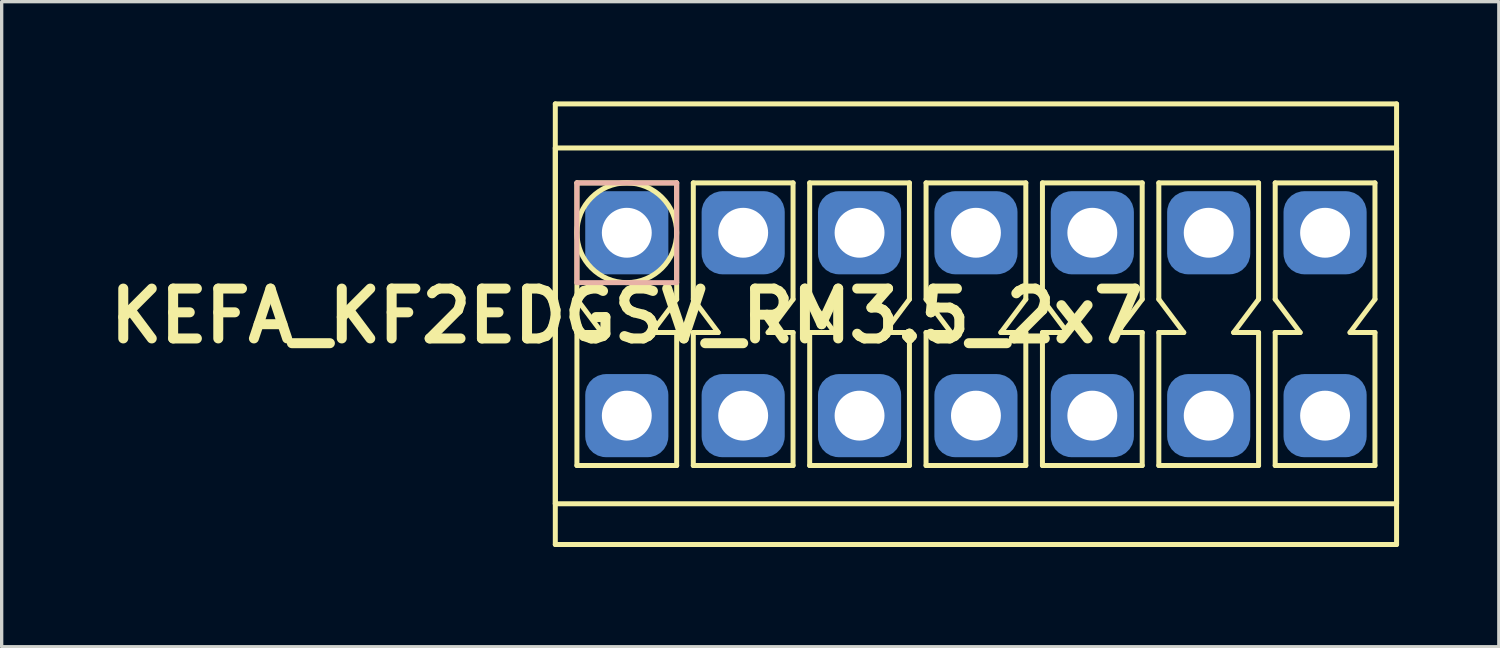
<source format=kicad_pcb>
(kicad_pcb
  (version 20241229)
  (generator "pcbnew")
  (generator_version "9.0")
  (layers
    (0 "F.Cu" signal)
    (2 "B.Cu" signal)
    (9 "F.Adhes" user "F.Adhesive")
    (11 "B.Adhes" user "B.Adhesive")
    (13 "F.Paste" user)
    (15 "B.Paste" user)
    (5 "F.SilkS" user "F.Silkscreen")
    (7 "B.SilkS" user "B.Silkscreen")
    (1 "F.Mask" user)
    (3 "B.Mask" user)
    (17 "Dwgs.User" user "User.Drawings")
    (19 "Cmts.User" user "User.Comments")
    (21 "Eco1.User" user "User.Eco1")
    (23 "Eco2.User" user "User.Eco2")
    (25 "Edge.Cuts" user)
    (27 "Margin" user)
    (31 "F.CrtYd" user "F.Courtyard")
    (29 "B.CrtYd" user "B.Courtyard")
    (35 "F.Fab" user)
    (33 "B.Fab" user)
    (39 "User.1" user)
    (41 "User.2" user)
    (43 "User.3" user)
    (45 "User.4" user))
  (footprint "KEFA_KF2EDGSV_RM3.5_2x7"
    (layer "F.Cu")
    (at 15.8 3.95)
    (property "Reference" "KEFA_KF2EDGSV_RM3.5_2x7" (at 0 2.5 0) (layer "F.SilkS") (effects (font (size 1.5 1.5) (thickness 0.3))))
    (attr through_hole)
    (fp_line (start -2.15 -3.875) (end 23.15 -3.875) (stroke (width 0.15) (type solid)) (layer "F.SilkS"))
    (fp_line (start -2.15 -2.55) (end 23.15 -2.55) (stroke (width 0.15) (type solid)) (layer "F.SilkS"))
    (fp_line (start -2.15 8.15) (end -2.15 -2.55) (stroke (width 0.15) (type solid)) (layer "F.SilkS"))
    (fp_line (start -2.15 9.375) (end -2.15 -3.875) (stroke (width 0.15) (type solid)) (layer "F.SilkS"))
    (fp_line (start -1.5 -1.5) (end -1.5 2) (stroke (width 0.15) (type solid)) (layer "F.SilkS"))
    (fp_line (start -1.5 -1.5) (end 1.5 -1.5) (stroke (width 0.15) (type solid)) (layer "F.SilkS"))
    (fp_line (start -1.5 2) (end -0.75 3) (stroke (width 0.15) (type solid)) (layer "F.SilkS"))
    (fp_line (start -1.5 3) (end -1.5 7) (stroke (width 0.15) (type solid)) (layer "F.SilkS"))
    (fp_line (start -1.5 7) (end 1.5 7) (stroke (width 0.15) (type solid)) (layer "F.SilkS"))
    (fp_line (start -0.75 3) (end -1.5 3) (stroke (width 0.15) (type solid)) (layer "F.SilkS"))
    (fp_line (start 0.75 3) (end 1.5 3) (stroke (width 0.15) (type solid)) (layer "F.SilkS"))
    (fp_line (start 1.5 -1.5) (end 1.5 2) (stroke (width 0.15) (type solid)) (layer "F.SilkS"))
    (fp_line (start 1.5 2) (end 0.75 3) (stroke (width 0.15) (type solid)) (layer "F.SilkS"))
    (fp_line (start 1.5 3) (end 1.5 7) (stroke (width 0.15) (type solid)) (layer "F.SilkS"))
    (fp_line (start 2 -1.5) (end 2 2) (stroke (width 0.15) (type solid)) (layer "F.SilkS"))
    (fp_line (start 2 -1.5) (end 5 -1.5) (stroke (width 0.15) (type solid)) (layer "F.SilkS"))
    (fp_line (start 2 2) (end 2.75 3) (stroke (width 0.15) (type solid)) (layer "F.SilkS"))
    (fp_line (start 2 3) (end 2 7) (stroke (width 0.15) (type solid)) (layer "F.SilkS"))
    (fp_line (start 2 7) (end 5 7) (stroke (width 0.15) (type solid)) (layer "F.SilkS"))
    (fp_line (start 2.75 3) (end 2 3) (stroke (width 0.15) (type solid)) (layer "F.SilkS"))
    (fp_line (start 4.25 3) (end 5 3) (stroke (width 0.15) (type solid)) (layer "F.SilkS"))
    (fp_line (start 5 -1.5) (end 5 2) (stroke (width 0.15) (type solid)) (layer "F.SilkS"))
    (fp_line (start 5 2) (end 4.25 3) (stroke (width 0.15) (type solid)) (layer "F.SilkS"))
    (fp_line (start 5 3) (end 5 7) (stroke (width 0.15) (type solid)) (layer "F.SilkS"))
    (fp_line (start 5.5 -1.5) (end 5.5 2) (stroke (width 0.15) (type solid)) (layer "F.SilkS"))
    (fp_line (start 5.5 -1.5) (end 8.5 -1.5) (stroke (width 0.15) (type solid)) (layer "F.SilkS"))
    (fp_line (start 5.5 2) (end 6.25 3) (stroke (width 0.15) (type solid)) (layer "F.SilkS"))
    (fp_line (start 5.5 3) (end 5.5 7) (stroke (width 0.15) (type solid)) (layer "F.SilkS"))
    (fp_line (start 5.5 7) (end 8.5 7) (stroke (width 0.15) (type solid)) (layer "F.SilkS"))
    (fp_line (start 6.25 3) (end 5.5 3) (stroke (width 0.15) (type solid)) (layer "F.SilkS"))
    (fp_line (start 7.75 3) (end 8.5 3) (stroke (width 0.15) (type solid)) (layer "F.SilkS"))
    (fp_line (start 8.5 -1.5) (end 8.5 2) (stroke (width 0.15) (type solid)) (layer "F.SilkS"))
    (fp_line (start 8.5 2) (end 7.75 3) (stroke (width 0.15) (type solid)) (layer "F.SilkS"))
    (fp_line (start 8.5 3) (end 8.5 7) (stroke (width 0.15) (type solid)) (layer "F.SilkS"))
    (fp_line (start 9 -1.5) (end 9 2) (stroke (width 0.15) (type solid)) (layer "F.SilkS"))
    (fp_line (start 9 -1.5) (end 12 -1.5) (stroke (width 0.15) (type solid)) (layer "F.SilkS"))
    (fp_line (start 9 2) (end 9.75 3) (stroke (width 0.15) (type solid)) (layer "F.SilkS"))
    (fp_line (start 9 3) (end 9 7) (stroke (width 0.15) (type solid)) (layer "F.SilkS"))
    (fp_line (start 9 7) (end 12 7) (stroke (width 0.15) (type solid)) (layer "F.SilkS"))
    (fp_line (start 9.75 3) (end 9 3) (stroke (width 0.15) (type solid)) (layer "F.SilkS"))
    (fp_line (start 11.25 3) (end 12 3) (stroke (width 0.15) (type solid)) (layer "F.SilkS"))
    (fp_line (start 12 -1.5) (end 12 2) (stroke (width 0.15) (type solid)) (layer "F.SilkS"))
    (fp_line (start 12 2) (end 11.25 3) (stroke (width 0.15) (type solid)) (layer "F.SilkS"))
    (fp_line (start 12 3) (end 12 7) (stroke (width 0.15) (type solid)) (layer "F.SilkS"))
    (fp_line (start 12.5 -1.5) (end 12.5 2) (stroke (width 0.15) (type solid)) (layer "F.SilkS"))
    (fp_line (start 12.5 -1.5) (end 15.5 -1.5) (stroke (width 0.15) (type solid)) (layer "F.SilkS"))
    (fp_line (start 12.5 2) (end 13.25 3) (stroke (width 0.15) (type solid)) (layer "F.SilkS"))
    (fp_line (start 12.5 3) (end 12.5 7) (stroke (width 0.15) (type solid)) (layer "F.SilkS"))
    (fp_line (start 12.5 7) (end 15.5 7) (stroke (width 0.15) (type solid)) (layer "F.SilkS"))
    (fp_line (start 13.25 3) (end 12.5 3) (stroke (width 0.15) (type solid)) (layer "F.SilkS"))
    (fp_line (start 14.75 3) (end 15.5 3) (stroke (width 0.15) (type solid)) (layer "F.SilkS"))
    (fp_line (start 15.5 -1.5) (end 15.5 2) (stroke (width 0.15) (type solid)) (layer "F.SilkS"))
    (fp_line (start 15.5 2) (end 14.75 3) (stroke (width 0.15) (type solid)) (layer "F.SilkS"))
    (fp_line (start 15.5 3) (end 15.5 7) (stroke (width 0.15) (type solid)) (layer "F.SilkS"))
    (fp_line (start 16 -1.5) (end 16 2) (stroke (width 0.15) (type solid)) (layer "F.SilkS"))
    (fp_line (start 16 -1.5) (end 19 -1.5) (stroke (width 0.15) (type solid)) (layer "F.SilkS"))
    (fp_line (start 16 2) (end 16.75 3) (stroke (width 0.15) (type solid)) (layer "F.SilkS"))
    (fp_line (start 16 3) (end 16 7) (stroke (width 0.15) (type solid)) (layer "F.SilkS"))
    (fp_line (start 16 7) (end 19 7) (stroke (width 0.15) (type solid)) (layer "F.SilkS"))
    (fp_line (start 16.75 3) (end 16 3) (stroke (width 0.15) (type solid)) (layer "F.SilkS"))
    (fp_line (start 18.25 3) (end 19 3) (stroke (width 0.15) (type solid)) (layer "F.SilkS"))
    (fp_line (start 19 -1.5) (end 19 2) (stroke (width 0.15) (type solid)) (layer "F.SilkS"))
    (fp_line (start 19 2) (end 18.25 3) (stroke (width 0.15) (type solid)) (layer "F.SilkS"))
    (fp_line (start 19 3) (end 19 7) (stroke (width 0.15) (type solid)) (layer "F.SilkS"))
    (fp_line (start 19.5 -1.5) (end 19.5 2) (stroke (width 0.15) (type solid)) (layer "F.SilkS"))
    (fp_line (start 19.5 -1.5) (end 22.5 -1.5) (stroke (width 0.15) (type solid)) (layer "F.SilkS"))
    (fp_line (start 19.5 2) (end 20.25 3) (stroke (width 0.15) (type solid)) (layer "F.SilkS"))
    (fp_line (start 19.5 3) (end 19.5 7) (stroke (width 0.15) (type solid)) (layer "F.SilkS"))
    (fp_line (start 19.5 7) (end 22.5 7) (stroke (width 0.15) (type solid)) (layer "F.SilkS"))
    (fp_line (start 20.25 3) (end 19.5 3) (stroke (width 0.15) (type solid)) (layer "F.SilkS"))
    (fp_line (start 21.75 3) (end 22.5 3) (stroke (width 0.15) (type solid)) (layer "F.SilkS"))
    (fp_line (start 22.5 -1.5) (end 22.5 2) (stroke (width 0.15) (type solid)) (layer "F.SilkS"))
    (fp_line (start 22.5 2) (end 21.75 3) (stroke (width 0.15) (type solid)) (layer "F.SilkS"))
    (fp_line (start 22.5 3) (end 22.5 7) (stroke (width 0.15) (type solid)) (layer "F.SilkS"))
    (fp_line (start 23.15 -3.875) (end 23.15 9.375) (stroke (width 0.15) (type solid)) (layer "F.SilkS"))
    (fp_line (start 23.15 -2.55) (end 23.15 8.15) (stroke (width 0.15) (type solid)) (layer "F.SilkS"))
    (fp_line (start 23.15 8.15) (end -2.15 8.15) (stroke (width 0.15) (type solid)) (layer "F.SilkS"))
    (fp_line (start 23.15 9.375) (end -2.15 9.375) (stroke (width 0.15) (type solid)) (layer "F.SilkS"))
    (fp_circle (center 0 0) (end 1.5 0) (stroke (width 0.15) (type solid)) (fill no) (layer "F.SilkS"))
    (fp_line (start -1.5 -1.5) (end 1.5 -1.5) (stroke (width 0.15) (type solid)) (layer "B.SilkS"))
    (fp_line (start -1.5 1.5) (end -1.5 -1.5) (stroke (width 0.15) (type solid)) (layer "B.SilkS"))
    (fp_line (start 1.5 -1.5) (end 1.5 1.5) (stroke (width 0.15) (type solid)) (layer "B.SilkS"))
    (fp_line (start 1.5 1.5) (end -1.5 1.5) (stroke (width 0.15) (type solid)) (layer "B.SilkS"))
    (pad "1" thru_hole circle (at 0 0) (size 1.8 1.8) (drill 1.5) (layers "*.Cu" "*.Mask"))
    (pad "1" smd roundrect (at 0 0) (size 2.5 2.5) (layers "B.Cu" "B.Mask") (roundrect_rratio 0.25))
    (pad "2" thru_hole circle (at 3.5 0) (size 1.8 1.8) (drill 1.5) (layers "*.Cu" "*.Mask"))
    (pad "2" smd roundrect (at 3.5 0) (size 2.5 2.5) (layers "B.Cu" "B.Mask") (roundrect_rratio 0.25))
    (pad "3" thru_hole circle (at 7 0) (size 1.8 1.8) (drill 1.5) (layers "*.Cu" "*.Mask"))
    (pad "3" smd roundrect (at 7 0) (size 2.5 2.5) (layers "B.Cu" "B.Mask") (roundrect_rratio 0.25))
    (pad "4" thru_hole circle (at 10.5 0) (size 1.8 1.8) (drill 1.5) (layers "*.Cu" "*.Mask"))
    (pad "4" smd roundrect (at 10.5 0) (size 2.5 2.5) (layers "B.Cu" "B.Mask") (roundrect_rratio 0.25))
    (pad "5" thru_hole circle (at 14 0) (size 1.8 1.8) (drill 1.5) (layers "*.Cu" "*.Mask"))
    (pad "5" smd roundrect (at 14 0) (size 2.5 2.5) (layers "B.Cu" "B.Mask") (roundrect_rratio 0.25))
    (pad "6" thru_hole circle (at 17.5 0) (size 1.8 1.8) (drill 1.5) (layers "*.Cu" "*.Mask"))
    (pad "6" smd roundrect (at 17.5 0) (size 2.5 2.5) (layers "B.Cu" "B.Mask") (roundrect_rratio 0.25))
    (pad "7" thru_hole circle (at 21 0) (size 1.8 1.8) (drill 1.5) (layers "*.Cu" "*.Mask"))
    (pad "7" smd roundrect (at 21 0) (size 2.5 2.5) (layers "B.Cu" "B.Mask") (roundrect_rratio 0.25))
    (pad "8" thru_hole circle (at 0 5.5) (size 1.8 1.8) (drill 1.5) (layers "*.Cu" "*.Mask"))
    (pad "8" smd roundrect (at 0 5.5) (size 2.5 2.5) (layers "B.Cu" "B.Mask") (roundrect_rratio 0.25))
    (pad "9" thru_hole circle (at 3.5 5.5) (size 1.8 1.8) (drill 1.5) (layers "*.Cu" "*.Mask"))
    (pad "9" smd roundrect (at 3.5 5.5) (size 2.5 2.5) (layers "B.Cu" "B.Mask") (roundrect_rratio 0.25))
    (pad "10" thru_hole circle (at 7 5.5) (size 1.8 1.8) (drill 1.5) (layers "*.Cu" "*.Mask"))
    (pad "10" smd roundrect (at 7 5.5) (size 2.5 2.5) (layers "B.Cu" "B.Mask") (roundrect_rratio 0.25))
    (pad "11" thru_hole circle (at 10.5 5.5) (size 1.8 1.8) (drill 1.5) (layers "*.Cu" "*.Mask"))
    (pad "11" smd roundrect (at 10.5 5.5) (size 2.5 2.5) (layers "B.Cu" "B.Mask") (roundrect_rratio 0.25))
    (pad "12" thru_hole circle (at 14 5.5) (size 1.8 1.8) (drill 1.5) (layers "*.Cu" "*.Mask"))
    (pad "12" smd roundrect (at 14 5.5) (size 2.5 2.5) (layers "B.Cu" "B.Mask") (roundrect_rratio 0.25))
    (pad "13" thru_hole circle (at 17.5 5.5) (size 1.8 1.8) (drill 1.5) (layers "*.Cu" "*.Mask"))
    (pad "13" smd roundrect (at 17.5 5.5) (size 2.5 2.5) (layers "B.Cu" "B.Mask") (roundrect_rratio 0.25))
    (pad "14" thru_hole circle (at 21 5.5) (size 1.8 1.8) (drill 1.5) (layers "*.Cu" "*.Mask"))
    (pad "14" smd roundrect (at 21 5.5) (size 2.5 2.5) (layers "B.Cu" "B.Mask") (roundrect_rratio 0.25)))
  (gr_rect
    (start -3 -3)
    (end 42.025 16.4)
    (stroke (width 0.1) (type default))
    (fill no)
    (layer "Edge.Cuts")))
</source>
